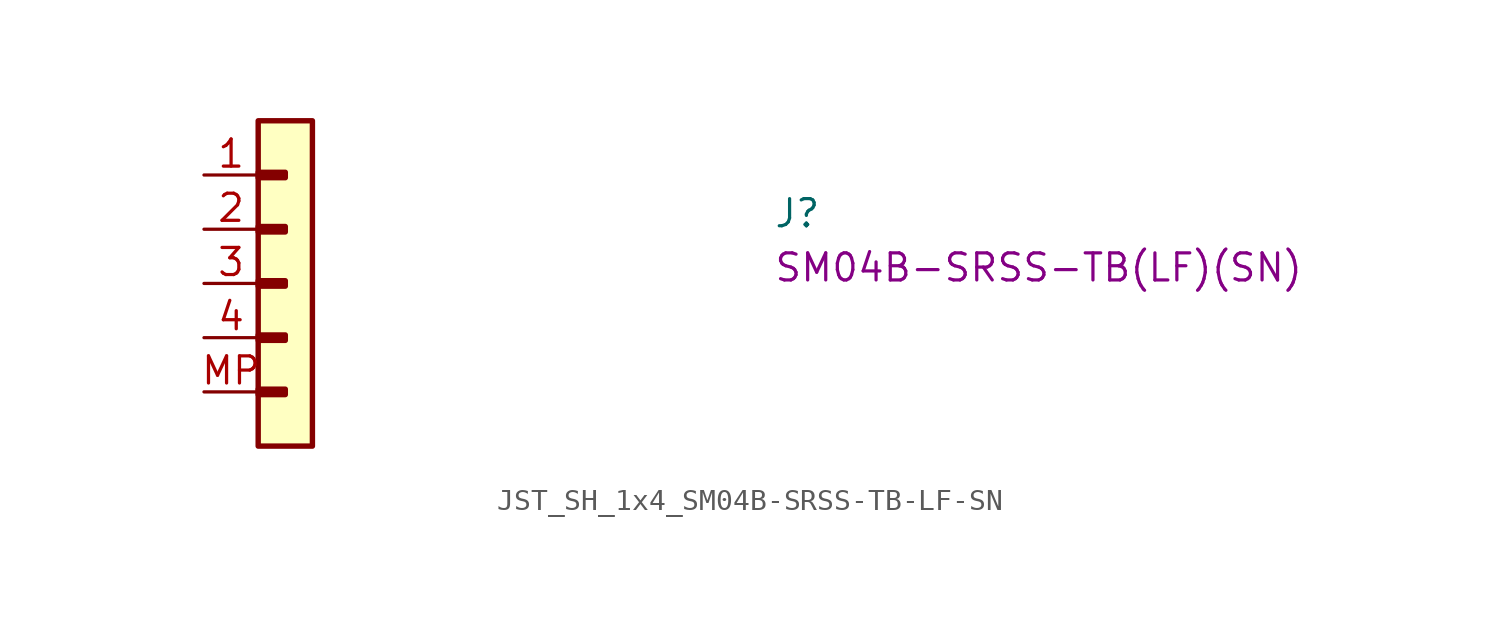
<source format=kicad_sym>
(kicad_symbol_lib
  (version 20220914)
  (generator kicad_symbol_editor)
  (symbol "JST_SH_1x4_SM04B-SRSS-TB-LF-SN"
    (property "Reference" "J"
      (at 26.67 -2.54 0)
      (effects (font (size 1.27 1.27) (thickness 0.15)) (justify left bottom)))
    (property "MPN" "SM04B-SRSS-TB(LF)(SN)"
      (at 26.67 -5.08 0)
      (effects (font (size 1.27 1.27) (thickness 0.15)) (justify left bottom)))
    (symbol "JST_SH_1x4_SM04B-SRSS-TB-LF-SN_1_1"
      (rectangle (start 2.54 -10.033) (end 3.81 -10.287) (stroke (width 0.254) (type default)) (fill (type background)))
      (rectangle (start 2.54 -7.493) (end 3.81 -7.747) (stroke (width 0.254) (type default)) (fill (type background)))
      (rectangle (start 2.54 -4.953) (end 3.81 -5.207) (stroke (width 0.254) (type default)) (fill (type background)))
      (rectangle (start 2.54 -2.413) (end 3.81 -2.667) (stroke (width 0.254) (type default)) (fill (type background)))
      (rectangle (start 2.54 0.127) (end 3.81 -0.127) (stroke (width 0.254) (type default)) (fill (type background)))
      (rectangle (start 2.54 2.54) (end 5.08 -12.7) (stroke (width 0.254) (type default)) (fill (type background)))
      (pin passive line (at 0 0 0) (length 2.54) (name "~" (effects (font (size 1.27 1.27)))) (number "1" (effects (font (size 1.27 1.27)))))
      (pin passive line (at 0 -2.54 0) (length 2.54) (name "~" (effects (font (size 1.27 1.27)))) (number "2" (effects (font (size 1.27 1.27)))))
      (pin passive line (at 0 -5.08 0) (length 2.54) (name "~" (effects (font (size 1.27 1.27)))) (number "3" (effects (font (size 1.27 1.27)))))
      (pin passive line (at 0 -7.62 0) (length 2.54) (name "~" (effects (font (size 1.27 1.27)))) (number "4" (effects (font (size 1.27 1.27)))))
      (pin passive line (at 0 -10.16 0) (length 2.54) (name "~" (effects (font (size 1.27 1.27)))) (number "MP" (effects (font (size 1.27 1.27))))))))
</source>
